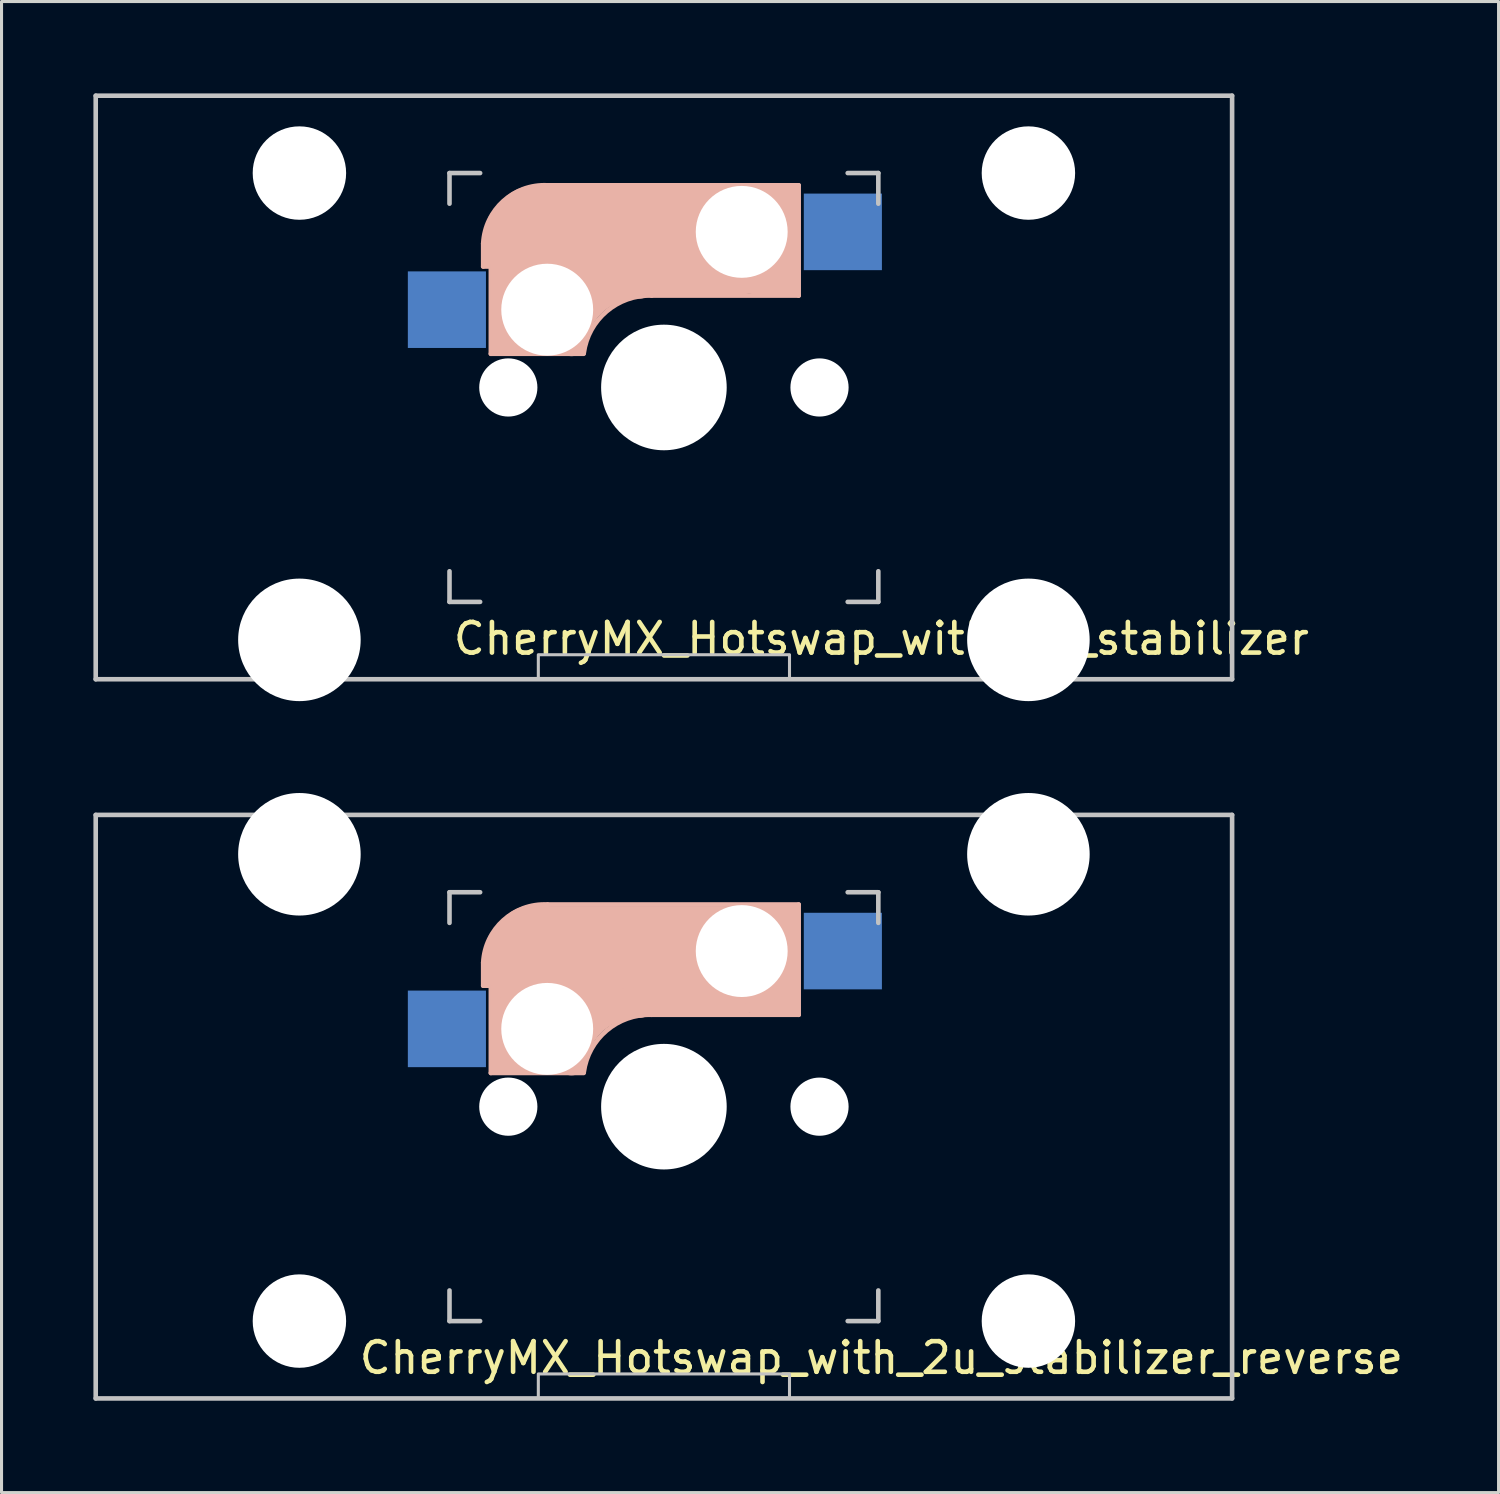
<source format=kicad_pcb>
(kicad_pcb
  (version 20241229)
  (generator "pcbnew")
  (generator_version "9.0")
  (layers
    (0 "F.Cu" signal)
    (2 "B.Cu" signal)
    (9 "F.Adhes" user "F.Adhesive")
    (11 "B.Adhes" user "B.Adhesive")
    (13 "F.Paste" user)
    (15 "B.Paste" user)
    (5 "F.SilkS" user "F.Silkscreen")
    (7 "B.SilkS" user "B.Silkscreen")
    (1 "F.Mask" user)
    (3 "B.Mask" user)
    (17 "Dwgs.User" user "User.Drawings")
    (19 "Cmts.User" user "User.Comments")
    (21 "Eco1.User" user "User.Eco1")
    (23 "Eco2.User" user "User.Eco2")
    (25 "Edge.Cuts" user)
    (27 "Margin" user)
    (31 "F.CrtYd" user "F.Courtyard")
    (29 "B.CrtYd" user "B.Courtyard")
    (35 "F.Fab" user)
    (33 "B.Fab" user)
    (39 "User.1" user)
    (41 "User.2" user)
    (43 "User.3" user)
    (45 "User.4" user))
  (footprint "CherryMX_Hotswap_with_2u_stabilizer_reverse"
    (layer "F.Cu")
    (at 18.625 33.08)
    (property "Reference" "CherryMX_Hotswap_with_2u_stabilizer_reverse" (at 7.1 8.2 0) (layer "F.SilkS") (effects (font (size 1 1) (thickness 0.15))))
    (attr through_hole)
    (fp_line (start -5.9 -4.7) (end -5.9 -3.95) (stroke (width 0.15) (type solid)) (layer "B.SilkS"))
    (fp_line (start -5.9 -3.95) (end -5.7 -3.95) (stroke (width 0.15) (type solid)) (layer "B.SilkS"))
    (fp_line (start -5.8 -4.05) (end -5.8 -4.7) (stroke (width 0.3) (type solid)) (layer "B.SilkS"))
    (fp_line (start -5.65 -5.55) (end -5.65 -1.1) (stroke (width 0.15) (type solid)) (layer "B.SilkS"))
    (fp_line (start -5.65 -1.1) (end -2.62 -1.1) (stroke (width 0.15) (type solid)) (layer "B.SilkS"))
    (fp_line (start -5.45 -1.3) (end -3 -1.3) (stroke (width 0.5) (type solid)) (layer "B.SilkS"))
    (fp_line (start -5.3 -1.6) (end -5.3 -3.4) (stroke (width 0.8) (type solid)) (layer "B.SilkS"))
    (fp_line (start -4.17 -5.1) (end -4.17 -2.86) (stroke (width 3) (type solid)) (layer "B.SilkS"))
    (fp_line (start -0.4 -3) (end 4.4 -3) (stroke (width 0.15) (type solid)) (layer "B.SilkS"))
    (fp_line (start 2.6 -4.8) (end -4.1 -4.8) (stroke (width 3.5) (type solid)) (layer "B.SilkS"))
    (fp_line (start 3.9 -6) (end 3.9 -3.5) (stroke (width 1) (type solid)) (layer "B.SilkS"))
    (fp_line (start 4.2 -3.25) (end 2.9 -3.3) (stroke (width 0.5) (type solid)) (layer "B.SilkS"))
    (fp_line (start 4.25 -6.4) (end 3 -6.4) (stroke (width 0.4) (type solid)) (layer "B.SilkS"))
    (fp_line (start 4.38 -4) (end 4.38 -6.25) (stroke (width 0.15) (type solid)) (layer "B.SilkS"))
    (fp_line (start 4.4 -6.6) (end -3.8 -6.6) (stroke (width 0.15) (type solid)) (layer "B.SilkS"))
    (fp_line (start 4.4 -3) (end 4.4 -6.6) (stroke (width 0.15) (type solid)) (layer "B.SilkS"))
    (fp_arc (start -5.9 -4.699999) (mid -5.243504 -6.084924) (end -3.800001 -6.6) (stroke (width 0.15) (type solid)) (layer "B.SilkS"))
    (fp_arc (start -3.016318 -1.521471) (mid -2.268709 -2.886118) (end -0.8 -3.4) (stroke (width 1) (type solid)) (layer "B.SilkS"))
    (fp_arc (start -2.616318 -1.121471) (mid -1.868709 -2.486118) (end -0.4 -3) (stroke (width 0.15) (type solid)) (layer "B.SilkS"))
    (fp_line (start -18.55 -9.525) (end 18.55 -9.525) (stroke (width 0.15) (type solid)) (layer "Dwgs.User"))
    (fp_line (start -18.55 9.525) (end -18.55 -9.525) (stroke (width 0.15) (type solid)) (layer "Dwgs.User"))
    (fp_line (start -7 -7) (end -6 -7) (stroke (width 0.15) (type solid)) (layer "Dwgs.User"))
    (fp_line (start -7 -6) (end -7 -7) (stroke (width 0.15) (type solid)) (layer "Dwgs.User"))
    (fp_line (start -7 6) (end -7 7) (stroke (width 0.15) (type solid)) (layer "Dwgs.User"))
    (fp_line (start -7 7) (end -6 7) (stroke (width 0.15) (type solid)) (layer "Dwgs.User"))
    (fp_line (start 6 7) (end 7 7) (stroke (width 0.15) (type solid)) (layer "Dwgs.User"))
    (fp_line (start 7 -7) (end 6 -7) (stroke (width 0.15) (type solid)) (layer "Dwgs.User"))
    (fp_line (start 7 -7) (end 7 -6) (stroke (width 0.15) (type solid)) (layer "Dwgs.User"))
    (fp_line (start 7 7) (end 7 6) (stroke (width 0.15) (type solid)) (layer "Dwgs.User"))
    (fp_line (start 18.55 -9.525) (end 18.55 9.525) (stroke (width 0.15) (type solid)) (layer "Dwgs.User"))
    (fp_line (start 18.55 9.525) (end -18.55 9.525) (stroke (width 0.15) (type solid)) (layer "Dwgs.User"))
    (fp_rect (start 4.1 9.525) (end -4.1 8.725) (stroke (width 0.1) (type default)) (fill no) (layer "Dwgs.User"))
    (pad "" np_thru_hole circle (at -11.9 -8.24) (size 4 4) (drill 4) (layers "*.Cu" "*.Mask"))
    (pad "" np_thru_hole circle (at -11.9 7) (size 3.05 3.05) (drill 3.05) (layers "*.Cu" "*.Mask"))
    (pad "" np_thru_hole circle (at -5.08 0) (size 1.9 1.9) (drill 1.9) (layers "*.Cu" "*.Mask"))
    (pad "" np_thru_hole circle (at -3.81 -2.54) (size 3 3) (drill 3) (layers "*.Cu" "*.Mask"))
    (pad "" np_thru_hole circle (at 0 0 90) (size 4.1 4.1) (drill 4.1) (layers "*.Cu" "*.Mask"))
    (pad "" np_thru_hole circle (at 2.54 -5.08) (size 3 3) (drill 3) (layers "*.Cu" "*.Mask"))
    (pad "" np_thru_hole circle (at 5.08 0) (size 1.9 1.9) (drill 1.9) (layers "*.Cu" "*.Mask"))
    (pad "" np_thru_hole circle (at 11.9 -8.24) (size 4 4) (drill 4) (layers "*.Cu" "*.Mask"))
    (pad "" np_thru_hole circle (at 11.9 7) (size 3.05 3.05) (drill 3.05) (layers "*.Cu" "*.Mask"))
    (pad "1" smd rect (at -7.085 -2.54 180) (size 2.55 2.5) (layers "B.Cu" "B.Mask" "B.Paste"))
    (pad "2" smd rect (at 5.842 -5.08 180) (size 2.55 2.5) (layers "B.Cu" "B.Mask" "B.Paste")))
  (footprint "CherryMX_Hotswap_with_2u_stabilizer"
    (layer "F.Cu")
    (at 18.625 9.6)
    (property "Reference" "CherryMX_Hotswap_with_2u_stabilizer" (at 7.1 8.2 0) (layer "F.SilkS") (effects (font (size 1 1) (thickness 0.15))))
    (attr through_hole)
    (fp_line (start -5.9 -4.7) (end -5.9 -3.95) (stroke (width 0.15) (type solid)) (layer "B.SilkS"))
    (fp_line (start -5.9 -3.95) (end -5.7 -3.95) (stroke (width 0.15) (type solid)) (layer "B.SilkS"))
    (fp_line (start -5.8 -4.05) (end -5.8 -4.7) (stroke (width 0.3) (type solid)) (layer "B.SilkS"))
    (fp_line (start -5.65 -5.55) (end -5.65 -1.1) (stroke (width 0.15) (type solid)) (layer "B.SilkS"))
    (fp_line (start -5.65 -1.1) (end -2.62 -1.1) (stroke (width 0.15) (type solid)) (layer "B.SilkS"))
    (fp_line (start -5.45 -1.3) (end -3 -1.3) (stroke (width 0.5) (type solid)) (layer "B.SilkS"))
    (fp_line (start -5.3 -1.6) (end -5.3 -3.4) (stroke (width 0.8) (type solid)) (layer "B.SilkS"))
    (fp_line (start -4.17 -5.1) (end -4.17 -2.86) (stroke (width 3) (type solid)) (layer "B.SilkS"))
    (fp_line (start -0.4 -3) (end 4.4 -3) (stroke (width 0.15) (type solid)) (layer "B.SilkS"))
    (fp_line (start 2.6 -4.8) (end -4.1 -4.8) (stroke (width 3.5) (type solid)) (layer "B.SilkS"))
    (fp_line (start 3.9 -6) (end 3.9 -3.5) (stroke (width 1) (type solid)) (layer "B.SilkS"))
    (fp_line (start 4.2 -3.25) (end 2.9 -3.3) (stroke (width 0.5) (type solid)) (layer "B.SilkS"))
    (fp_line (start 4.25 -6.4) (end 3 -6.4) (stroke (width 0.4) (type solid)) (layer "B.SilkS"))
    (fp_line (start 4.38 -4) (end 4.38 -6.25) (stroke (width 0.15) (type solid)) (layer "B.SilkS"))
    (fp_line (start 4.4 -6.6) (end -3.8 -6.6) (stroke (width 0.15) (type solid)) (layer "B.SilkS"))
    (fp_line (start 4.4 -3) (end 4.4 -6.6) (stroke (width 0.15) (type solid)) (layer "B.SilkS"))
    (fp_arc (start -5.9 -4.699999) (mid -5.243504 -6.084924) (end -3.800001 -6.6) (stroke (width 0.15) (type solid)) (layer "B.SilkS"))
    (fp_arc (start -3.016318 -1.521471) (mid -2.268709 -2.886118) (end -0.8 -3.4) (stroke (width 1) (type solid)) (layer "B.SilkS"))
    (fp_arc (start -2.616318 -1.121471) (mid -1.868709 -2.486118) (end -0.4 -3) (stroke (width 0.15) (type solid)) (layer "B.SilkS"))
    (fp_line (start -18.55 -9.525) (end 18.55 -9.525) (stroke (width 0.15) (type solid)) (layer "Dwgs.User"))
    (fp_line (start -18.55 9.525) (end -18.55 -9.525) (stroke (width 0.15) (type solid)) (layer "Dwgs.User"))
    (fp_line (start -7 -7) (end -6 -7) (stroke (width 0.15) (type solid)) (layer "Dwgs.User"))
    (fp_line (start -7 -6) (end -7 -7) (stroke (width 0.15) (type solid)) (layer "Dwgs.User"))
    (fp_line (start -7 6) (end -7 7) (stroke (width 0.15) (type solid)) (layer "Dwgs.User"))
    (fp_line (start -7 7) (end -6 7) (stroke (width 0.15) (type solid)) (layer "Dwgs.User"))
    (fp_line (start 6 7) (end 7 7) (stroke (width 0.15) (type solid)) (layer "Dwgs.User"))
    (fp_line (start 7 -7) (end 6 -7) (stroke (width 0.15) (type solid)) (layer "Dwgs.User"))
    (fp_line (start 7 -7) (end 7 -6) (stroke (width 0.15) (type solid)) (layer "Dwgs.User"))
    (fp_line (start 7 7) (end 7 6) (stroke (width 0.15) (type solid)) (layer "Dwgs.User"))
    (fp_line (start 18.55 -9.525) (end 18.55 9.525) (stroke (width 0.15) (type solid)) (layer "Dwgs.User"))
    (fp_line (start 18.55 9.525) (end -18.55 9.525) (stroke (width 0.15) (type solid)) (layer "Dwgs.User"))
    (fp_rect (start 4.1 9.525) (end -4.1 8.725) (stroke (width 0.1) (type default)) (fill no) (layer "Dwgs.User"))
    (pad "" np_thru_hole circle (at -11.9 -7) (size 3.05 3.05) (drill 3.05) (layers "*.Cu" "*.Mask"))
    (pad "" np_thru_hole circle (at -11.9 8.24) (size 4 4) (drill 4) (layers "*.Cu" "*.Mask"))
    (pad "" np_thru_hole circle (at -5.08 0) (size 1.9 1.9) (drill 1.9) (layers "*.Cu" "*.Mask"))
    (pad "" np_thru_hole circle (at -3.81 -2.54) (size 3 3) (drill 3) (layers "*.Cu" "*.Mask"))
    (pad "" np_thru_hole circle (at 0 0 90) (size 4.1 4.1) (drill 4.1) (layers "*.Cu" "*.Mask"))
    (pad "" np_thru_hole circle (at 2.54 -5.08) (size 3 3) (drill 3) (layers "*.Cu" "*.Mask"))
    (pad "" np_thru_hole circle (at 5.08 0) (size 1.9 1.9) (drill 1.9) (layers "*.Cu" "*.Mask"))
    (pad "" np_thru_hole circle (at 11.9 -7) (size 3.05 3.05) (drill 3.05) (layers "*.Cu" "*.Mask"))
    (pad "" np_thru_hole circle (at 11.9 8.24) (size 4 4) (drill 4) (layers "*.Cu" "*.Mask"))
    (pad "1" smd rect (at -7.085 -2.54 180) (size 2.55 2.5) (layers "B.Cu" "B.Mask" "B.Paste"))
    (pad "2" smd rect (at 5.842 -5.08 180) (size 2.55 2.5) (layers "B.Cu" "B.Mask" "B.Paste")))
  (gr_rect
    (start -3 -3)
    (end 45.874 45.68)
    (stroke (width 0.1) (type default))
    (fill no)
    (layer "Edge.Cuts")))
</source>
